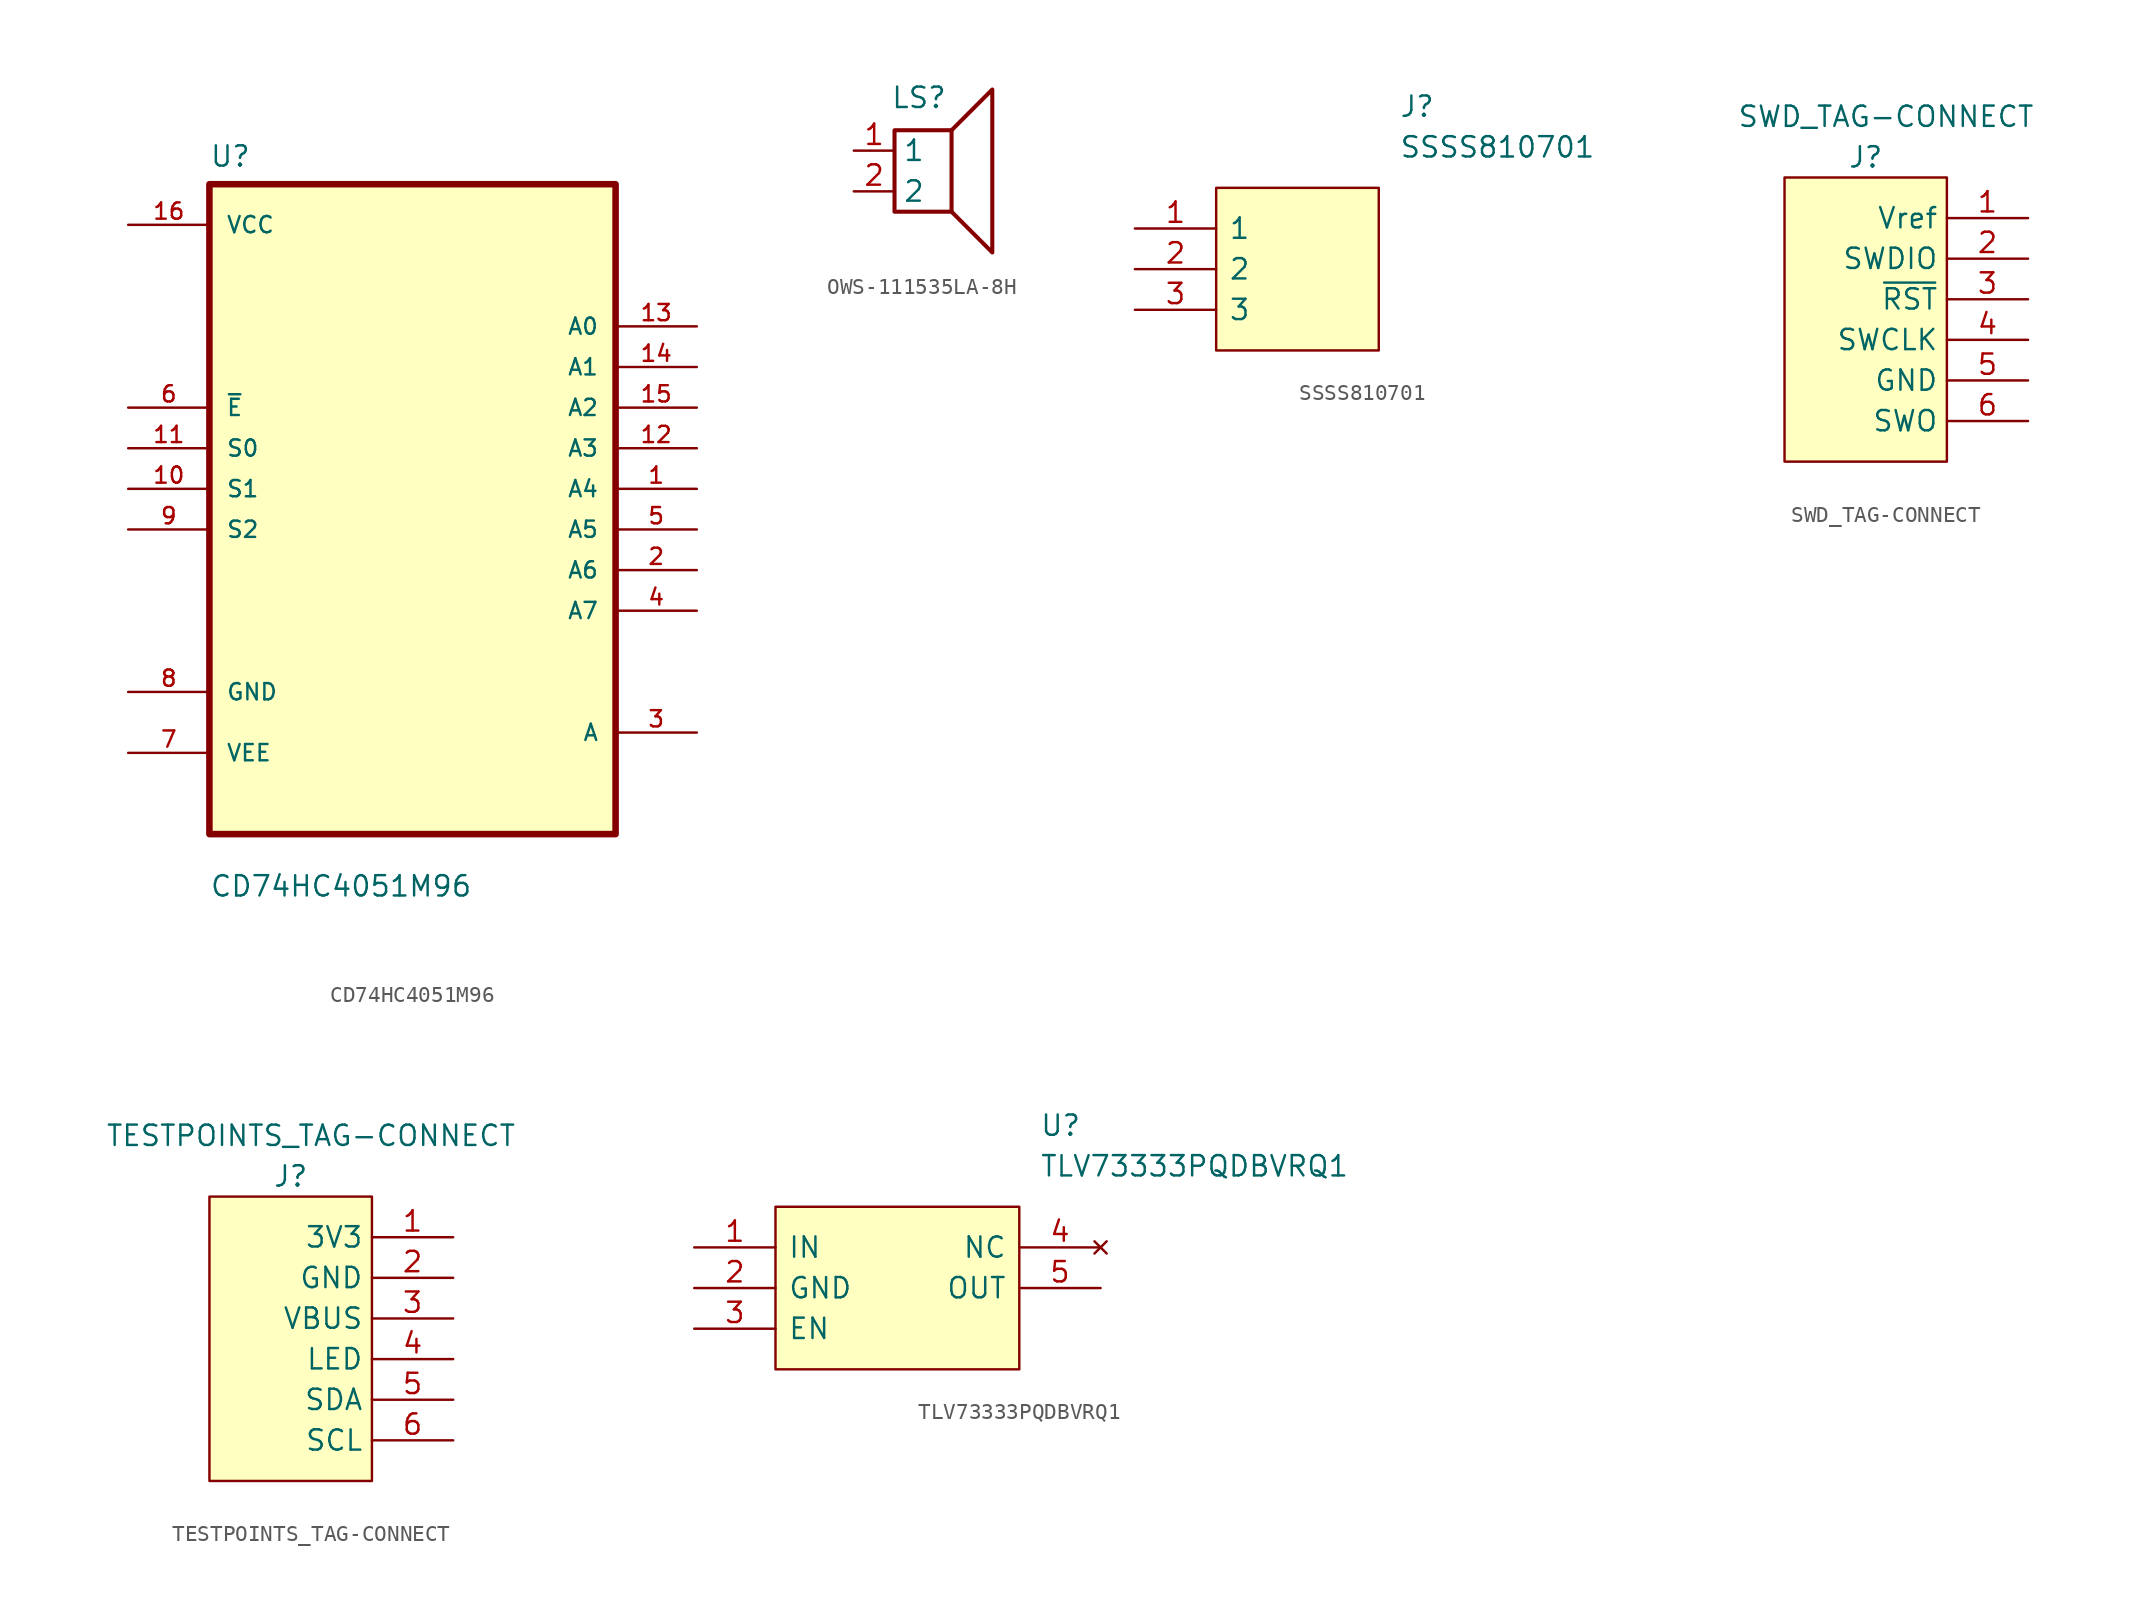
<source format=kicad_sym>
(kicad_symbol_lib
  (version 20231120)
  (generator "kicad_symbol_editor")
  (generator_version "8.0")
  (symbol "CD74HC4051M96"
    (pin_names
      (offset 1.016))
    (property "Reference" "U"
      (at -12.7 21.32 0)
      (effects (font (size 1.27 1.27)) (justify left bottom)))
    (property "Value" "CD74HC4051M96"
      (at -12.7 -24.32 0)
      (effects (font (size 1.27 1.27)) (justify left bottom)))
    (symbol "CD74HC4051M96_0_0"
      (rectangle (start -12.7 20.32) (end 12.7 -20.32) (stroke (width 0.41) (type default)) (fill (type background)))
      (pin bidirectional line (at 17.78 1.27 180) (length 5.08) (name "A4" (effects (font (size 1.016 1.016)))) (number "1" (effects (font (size 1.016 1.016)))))
      (pin input line (at -17.78 1.27 0) (length 5.08) (name "S1" (effects (font (size 1.016 1.016)))) (number "10" (effects (font (size 1.016 1.016)))))
      (pin input line (at -17.78 3.81 0) (length 5.08) (name "S0" (effects (font (size 1.016 1.016)))) (number "11" (effects (font (size 1.016 1.016)))))
      (pin bidirectional line (at 17.78 3.81 180) (length 5.08) (name "A3" (effects (font (size 1.016 1.016)))) (number "12" (effects (font (size 1.016 1.016)))))
      (pin bidirectional line (at 17.78 11.43 180) (length 5.08) (name "A0" (effects (font (size 1.016 1.016)))) (number "13" (effects (font (size 1.016 1.016)))))
      (pin bidirectional line (at 17.78 8.89 180) (length 5.08) (name "A1" (effects (font (size 1.016 1.016)))) (number "14" (effects (font (size 1.016 1.016)))))
      (pin bidirectional line (at 17.78 6.35 180) (length 5.08) (name "A2" (effects (font (size 1.016 1.016)))) (number "15" (effects (font (size 1.016 1.016)))))
      (pin power_in line (at -17.78 17.78 0) (length 5.08) (name "VCC" (effects (font (size 1.016 1.016)))) (number "16" (effects (font (size 1.016 1.016)))))
      (pin bidirectional line (at 17.78 -3.81 180) (length 5.08) (name "A6" (effects (font (size 1.016 1.016)))) (number "2" (effects (font (size 1.016 1.016)))))
      (pin bidirectional line (at 17.78 -6.35 180) (length 5.08) (name "A7" (effects (font (size 1.016 1.016)))) (number "4" (effects (font (size 1.016 1.016)))))
      (pin power_in line (at -17.78 -15.24 0) (length 5.08) (name "VEE" (effects (font (size 1.016 1.016)))) (number "7" (effects (font (size 1.016 1.016)))))
      (pin power_in line (at -17.78 -11.43 0) (length 5.08) (name "GND" (effects (font (size 1.016 1.016)))) (number "8" (effects (font (size 1.016 1.016)))))
      (pin input line (at -17.78 -1.27 0) (length 5.08) (name "S2" (effects (font (size 1.016 1.016)))) (number "9" (effects (font (size 1.016 1.016))))))
    (symbol "CD74HC4051M96_1_0"
      (pin output line (at 17.78 -13.97 180) (length 5.08) (name "A" (effects (font (size 1.016 1.016)))) (number "3" (effects (font (size 1.016 1.016)))))
      (pin bidirectional line (at 17.78 -1.27 180) (length 5.08) (name "A5" (effects (font (size 1.016 1.016)))) (number "5" (effects (font (size 1.016 1.016)))))
      (pin input line (at -17.78 6.35 0) (length 5.08) (name "~{E}" (effects (font (size 1.016 1.016)))) (number "6" (effects (font (size 1.016 1.016)))))))
  (symbol "OWS-111535LA-8H"
    (property "Reference" "LS"
      (at 0.254 4.572 0)
      (effects (font (size 1.27 1.27))))
    (property "Value" ""
      (at 0 0 0)
      (effects (font (size 1.27 1.27))))
    (symbol "OWS-111535LA-8H_0_0"
      (rectangle (start -1.27 2.54) (end 2.286 -2.54) (stroke (width 0.254) (type default)) (fill (type none)))
      (polyline (pts (xy 2.286 2.54) (xy 4.826 5.08) (xy 4.826 -5.08) (xy 2.286 -2.54)) (stroke (width 0.254) (type default)) (fill (type none))))
    (symbol "OWS-111535LA-8H_1_1"
      (pin input line (at -3.81 1.27 0) (length 2.54) (name "1" (effects (font (size 1.27 1.27)))) (number "1" (effects (font (size 1.27 1.27)))))
      (pin input line (at -3.81 -1.27 0) (length 2.54) (name "2" (effects (font (size 1.27 1.27)))) (number "2" (effects (font (size 1.27 1.27)))))))
  (symbol "SSSS810701"
    (pin_names
      (offset 0.762))
    (property "Reference" "J"
      (at 16.51 7.62 0)
      (effects (font (size 1.27 1.27)) (justify left)))
    (property "Value" "SSSS810701"
      (at 16.51 5.08 0)
      (effects (font (size 1.27 1.27)) (justify left)))
    (symbol "SSSS810701_0_0"
      (pin passive line (at 0 0 0) (length 5.08) (name "1" (effects (font (size 1.27 1.27)))) (number "1" (effects (font (size 1.27 1.27)))))
      (pin passive line (at 0 -2.54 0) (length 5.08) (name "2" (effects (font (size 1.27 1.27)))) (number "2" (effects (font (size 1.27 1.27)))))
      (pin passive line (at 0 -5.08 0) (length 5.08) (name "3" (effects (font (size 1.27 1.27)))) (number "3" (effects (font (size 1.27 1.27))))))
    (symbol "SSSS810701_0_1"
      (polyline (pts (xy 5.08 2.54) (xy 15.24 2.54) (xy 15.24 -7.62) (xy 5.08 -7.62) (xy 5.08 2.54)) (stroke (width 0.152) (type default)) (fill (type background)))))
  (symbol "SWD_TAG-CONNECT"
    (property "Reference" "J"
      (at 0 10.16 0)
      (effects (font (size 1.27 1.27))))
    (property "Value" "SWD_TAG-CONNECT"
      (at 1.27 12.7 0)
      (effects (font (size 1.27 1.27))))
    (symbol "SWD_TAG-CONNECT_0_0"
      (pin passive line (at 10.16 6.35 180) (length 5.08) (name "Vref" (effects (font (size 1.27 1.27)))) (number "1" (effects (font (size 1.27 1.27)))))
      (pin passive line (at 10.16 3.81 180) (length 5.08) (name "SWDIO" (effects (font (size 1.27 1.27)))) (number "2" (effects (font (size 1.27 1.27)))))
      (pin passive line (at 10.16 1.27 180) (length 5.08) (name "~{RST}" (effects (font (size 1.27 1.27)))) (number "3" (effects (font (size 1.27 1.27)))))
      (pin passive line (at 10.16 -1.27 180) (length 5.08) (name "SWCLK" (effects (font (size 1.27 1.27)))) (number "4" (effects (font (size 1.27 1.27)))))
      (pin passive line (at 10.16 -3.81 180) (length 5.08) (name "GND" (effects (font (size 1.27 1.27)))) (number "5" (effects (font (size 1.27 1.27)))))
      (pin passive line (at 10.16 -6.35 180) (length 5.08) (name "SWO" (effects (font (size 1.27 1.27)))) (number "6" (effects (font (size 1.27 1.27))))))
    (symbol "SWD_TAG-CONNECT_0_1"
      (polyline (pts (xy 5.08 8.89) (xy -5.08 8.89) (xy -5.08 -8.89) (xy 5.08 -8.89) (xy 5.08 8.89)) (stroke (width 0.152) (type default)) (fill (type background)))))
  (symbol "TESTPOINTS_TAG-CONNECT"
    (property "Reference" "J"
      (at 0 10.16 0)
      (effects (font (size 1.27 1.27))))
    (property "Value" "TESTPOINTS_TAG-CONNECT"
      (at 1.27 12.7 0)
      (effects (font (size 1.27 1.27))))
    (symbol "TESTPOINTS_TAG-CONNECT_0_0"
      (pin passive line (at 10.16 6.35 180) (length 5.08) (name "3V3" (effects (font (size 1.27 1.27)))) (number "1" (effects (font (size 1.27 1.27)))))
      (pin passive line (at 10.16 3.81 180) (length 5.08) (name "GND" (effects (font (size 1.27 1.27)))) (number "2" (effects (font (size 1.27 1.27)))))
      (pin passive line (at 10.16 1.27 180) (length 5.08) (name "VBUS" (effects (font (size 1.27 1.27)))) (number "3" (effects (font (size 1.27 1.27)))))
      (pin passive line (at 10.16 -1.27 180) (length 5.08) (name "LED" (effects (font (size 1.27 1.27)))) (number "4" (effects (font (size 1.27 1.27)))))
      (pin passive line (at 10.16 -3.81 180) (length 5.08) (name "SDA" (effects (font (size 1.27 1.27)))) (number "5" (effects (font (size 1.27 1.27)))))
      (pin passive line (at 10.16 -6.35 180) (length 5.08) (name "SCL" (effects (font (size 1.27 1.27)))) (number "6" (effects (font (size 1.27 1.27))))))
    (symbol "TESTPOINTS_TAG-CONNECT_0_1"
      (polyline (pts (xy 5.08 8.89) (xy -5.08 8.89) (xy -5.08 -8.89) (xy 5.08 -8.89) (xy 5.08 8.89)) (stroke (width 0.152) (type default)) (fill (type background)))))
  (symbol "TLV73333PQDBVRQ1"
    (pin_names
      (offset 0.762))
    (property "Reference" "U"
      (at 21.59 7.62 0)
      (effects (font (size 1.27 1.27)) (justify left)))
    (property "Value" "TLV73333PQDBVRQ1"
      (at 21.59 5.08 0)
      (effects (font (size 1.27 1.27)) (justify left)))
    (symbol "TLV73333PQDBVRQ1_0_0"
      (pin passive line (at 0 0 0) (length 5.08) (name "IN" (effects (font (size 1.27 1.27)))) (number "1" (effects (font (size 1.27 1.27)))))
      (pin passive line (at 0 -2.54 0) (length 5.08) (name "GND" (effects (font (size 1.27 1.27)))) (number "2" (effects (font (size 1.27 1.27)))))
      (pin passive line (at 0 -5.08 0) (length 5.08) (name "EN" (effects (font (size 1.27 1.27)))) (number "3" (effects (font (size 1.27 1.27)))))
      (pin no_connect line (at 25.4 0 180) (length 5.08) (name "NC" (effects (font (size 1.27 1.27)))) (number "4" (effects (font (size 1.27 1.27)))))
      (pin passive line (at 25.4 -2.54 180) (length 5.08) (name "OUT" (effects (font (size 1.27 1.27)))) (number "5" (effects (font (size 1.27 1.27))))))
    (symbol "TLV73333PQDBVRQ1_0_1"
      (polyline (pts (xy 5.08 2.54) (xy 20.32 2.54) (xy 20.32 -7.62) (xy 5.08 -7.62) (xy 5.08 2.54)) (stroke (width 0.152) (type default)) (fill (type background))))))
</source>
